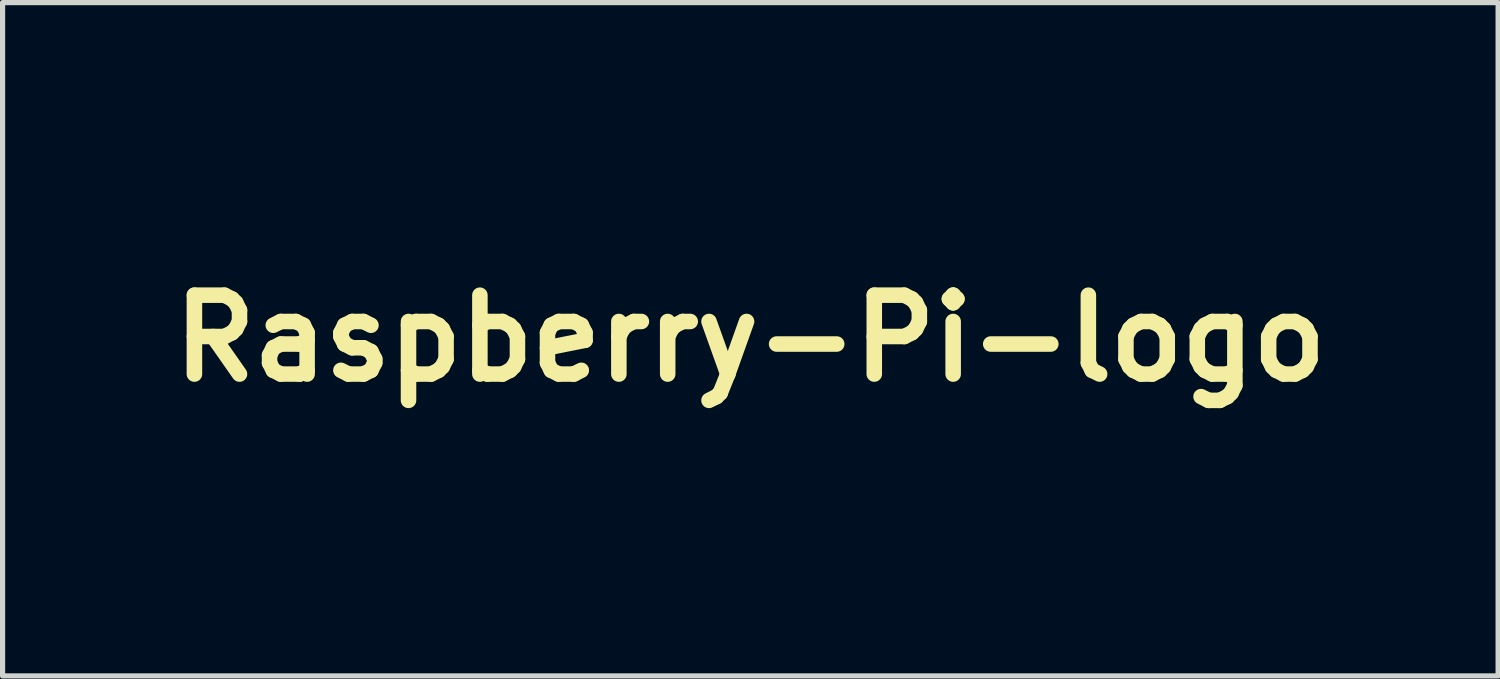
<source format=kicad_pcb>
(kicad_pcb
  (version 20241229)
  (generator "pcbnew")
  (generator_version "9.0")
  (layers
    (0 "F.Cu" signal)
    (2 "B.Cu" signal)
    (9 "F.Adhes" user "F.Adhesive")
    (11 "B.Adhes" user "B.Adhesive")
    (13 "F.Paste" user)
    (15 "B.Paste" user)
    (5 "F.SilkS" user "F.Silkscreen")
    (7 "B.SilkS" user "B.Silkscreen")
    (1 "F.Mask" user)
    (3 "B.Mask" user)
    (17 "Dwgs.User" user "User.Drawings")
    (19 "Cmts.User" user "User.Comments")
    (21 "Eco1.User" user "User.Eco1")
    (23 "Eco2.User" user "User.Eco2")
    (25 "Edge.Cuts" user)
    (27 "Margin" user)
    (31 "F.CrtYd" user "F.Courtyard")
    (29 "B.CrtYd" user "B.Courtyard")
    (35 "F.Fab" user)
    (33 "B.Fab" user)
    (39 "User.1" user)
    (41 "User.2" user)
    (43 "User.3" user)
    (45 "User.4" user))
  (footprint "Raspberry-Pi-logo"
    (layer "F.Cu")
    (at 11.447 3.488)
    (property "Reference" "Raspberry-Pi-logo" (at 0 0 0) (layer "F.SilkS") (effects (font (size 1.524 1.524) (thickness 0.3))))
    (attr board_only exclude_from_pos_files exclude_from_bom)
    (fp_poly (pts (xy 10.047 0.924) (xy 9.659 0.924) (xy 9.659 -0.447) (xy 10.047 -0.447)) (stroke (width 0) (type solid)) (fill yes) (layer "F.Mask"))
    (fp_poly (pts (xy 9.845 -1.067) (xy 10.032 -1.058) (xy 10.032 -0.79) (xy 9.845 -0.781) (xy 9.659 -0.772) (xy 9.659 -1.076)) (stroke (width 0) (type solid)) (fill yes) (layer "F.Mask"))
    (fp_poly (pts (xy 1.043 -2.445) (xy 0.537 -2.445) (xy 0.537 -2.206) (xy 0.954 -2.206) (xy 0.954 -2.027) (xy 0.537 -2.027) (xy 0.537 -1.729) (xy 0.79 -1.729) (xy 0.913 -1.728) (xy 0.988 -1.724) (xy 1.026 -1.713) (xy 1.041 -1.69) (xy 1.043 -1.655) (xy 1.043 -1.58) (xy 0.297 -1.58) (xy 0.305 -2.094) (xy 0.313 -2.609) (xy 0.678 -2.617) (xy 1.043 -2.625)) (stroke (width 0) (type solid)) (fill yes) (layer "F.Mask"))
    (fp_poly (pts (xy -0.775 -2.447) (xy -1.021 -2.438) (xy -1.267 -2.43) (xy -1.276 -2.318) (xy -1.286 -2.206) (xy -0.835 -2.206) (xy -0.835 -2.03) (xy -1.051 -2.021) (xy -1.267 -2.012) (xy -1.267 -1.744) (xy -1.021 -1.735) (xy -0.901 -1.73) (xy -0.828 -1.723) (xy -0.79 -1.709) (xy -0.777 -1.684) (xy -0.775 -1.653) (xy -0.775 -1.58) (xy -1.491 -1.58) (xy -1.491 -2.623) (xy -0.775 -2.623)) (stroke (width 0) (type solid)) (fill yes) (layer "F.Mask"))
    (fp_poly (pts (xy 4.731 -0.471) (xy 4.843 -0.462) (xy 4.833 -0.313) (xy 4.826 -0.223) (xy 4.816 -0.158) (xy 4.81 -0.142) (xy 4.774 -0.127) (xy 4.703 -0.12) (xy 4.684 -0.119) (xy 4.61 -0.117) (xy 4.556 -0.105) (xy 4.518 -0.075) (xy 4.493 -0.018) (xy 4.478 0.072) (xy 4.47 0.203) (xy 4.466 0.385) (xy 4.465 0.432) (xy 4.457 0.909) (xy 4.256 0.918) (xy 4.054 0.927) (xy 4.054 -0.447) (xy 4.248 -0.447) (xy 4.352 -0.446) (xy 4.411 -0.438) (xy 4.436 -0.42) (xy 4.442 -0.385) (xy 4.442 -0.375) (xy 4.442 -0.303) (xy 4.531 -0.392) (xy 4.604 -0.452) (xy 4.675 -0.473)) (stroke (width 0) (type solid)) (fill yes) (layer "F.Mask"))
    (fp_poly (pts (xy 5.721 -0.472) (xy 5.749 -0.445) (xy 5.754 -0.391) (xy 5.747 -0.296) (xy 5.735 -0.212) (xy 5.716 -0.15) (xy 5.678 -0.124) (xy 5.608 -0.119) (xy 5.515 -0.106) (xy 5.436 -0.075) (xy 5.432 -0.073) (xy 5.408 -0.053) (xy 5.39 -0.027) (xy 5.378 0.015) (xy 5.371 0.082) (xy 5.368 0.183) (xy 5.366 0.329) (xy 5.366 0.449) (xy 5.366 0.924) (xy 4.979 0.924) (xy 4.979 -0.447) (xy 5.156 -0.447) (xy 5.257 -0.444) (xy 5.315 -0.433) (xy 5.343 -0.407) (xy 5.352 -0.387) (xy 5.367 -0.35) (xy 5.389 -0.348) (xy 5.435 -0.381) (xy 5.46 -0.402) (xy 5.574 -0.465) (xy 5.652 -0.477)) (stroke (width 0) (type solid)) (fill yes) (layer "F.Mask"))
    (fp_poly (pts (xy -4.367 -2.621) (xy -4.255 -2.614) (xy -4.178 -2.605) (xy -4.178 -2.605) (xy -4.064 -2.556) (xy -3.976 -2.468) (xy -3.924 -2.358) (xy -3.916 -2.239) (xy -3.94 -2.159) (xy -4.021 -2.05) (xy -4.14 -1.979) (xy -4.303 -1.945) (xy -4.322 -1.944) (xy -4.502 -1.931) (xy -4.502 -1.58) (xy -4.71 -1.58) (xy -4.71 -2.117) (xy -4.502 -2.117) (xy -4.38 -2.117) (xy -4.288 -2.124) (xy -4.212 -2.143) (xy -4.202 -2.148) (xy -4.156 -2.201) (xy -4.144 -2.281) (xy -4.16 -2.366) (xy -4.213 -2.418) (xy -4.31 -2.442) (xy -4.38 -2.445) (xy -4.502 -2.445) (xy -4.502 -2.117) (xy -4.71 -2.117) (xy -4.71 -2.623) (xy -4.49 -2.623)) (stroke (width 0) (type solid)) (fill yes) (layer "F.Mask"))
    (fp_poly (pts (xy 1.575 -2.609) (xy 1.732 -2.562) (xy 1.843 -2.479) (xy 1.914 -2.358) (xy 1.948 -2.193) (xy 1.952 -2.084) (xy 1.937 -1.902) (xy 1.891 -1.765) (xy 1.809 -1.67) (xy 1.685 -1.611) (xy 1.514 -1.583) (xy 1.409 -1.58) (xy 1.163 -1.58) (xy 1.163 -1.722) (xy 1.371 -1.722) (xy 1.483 -1.742) (xy 1.581 -1.777) (xy 1.661 -1.835) (xy 1.662 -1.836) (xy 1.701 -1.891) (xy 1.721 -1.959) (xy 1.729 -2.06) (xy 1.729 -2.105) (xy 1.726 -2.217) (xy 1.712 -2.289) (xy 1.683 -2.342) (xy 1.656 -2.371) (xy 1.558 -2.433) (xy 1.477 -2.445) (xy 1.371 -2.445) (xy 1.371 -1.722) (xy 1.163 -1.722) (xy 1.163 -2.623) (xy 1.371 -2.623)) (stroke (width 0) (type solid)) (fill yes) (layer "F.Mask"))
    (fp_poly (pts (xy 3.968 -2.283) (xy 3.892 -2.138) (xy 3.84 -2.031) (xy 3.809 -1.949) (xy 3.793 -1.877) (xy 3.787 -1.803) (xy 3.786 -1.761) (xy 3.786 -1.58) (xy 3.577 -1.58) (xy 3.577 -1.749) (xy 3.574 -1.827) (xy 3.562 -1.898) (xy 3.535 -1.978) (xy 3.49 -2.078) (xy 3.421 -2.213) (xy 3.399 -2.256) (xy 3.331 -2.384) (xy 3.276 -2.492) (xy 3.237 -2.57) (xy 3.22 -2.607) (xy 3.22 -2.608) (xy 3.246 -2.618) (xy 3.312 -2.623) (xy 3.336 -2.623) (xy 3.393 -2.622) (xy 3.433 -2.609) (xy 3.467 -2.574) (xy 3.506 -2.508) (xy 3.559 -2.398) (xy 3.562 -2.392) (xy 3.672 -2.161) (xy 3.789 -2.392) (xy 3.906 -2.623) (xy 4.149 -2.623)) (stroke (width 0) (type solid)) (fill yes) (layer "F.Mask"))
    (fp_poly (pts (xy 8.444 -0.924) (xy 8.635 -0.922) (xy 8.776 -0.918) (xy 8.879 -0.911) (xy 8.955 -0.899) (xy 9.015 -0.881) (xy 9.048 -0.868) (xy 9.185 -0.781) (xy 9.297 -0.667) (xy 9.359 -0.557) (xy 9.387 -0.425) (xy 9.386 -0.272) (xy 9.359 -0.128) (xy 9.334 -0.066) (xy 9.257 0.056) (xy 9.16 0.145) (xy 9.034 0.206) (xy 8.869 0.243) (xy 8.656 0.262) (xy 8.653 0.262) (xy 8.347 0.276) (xy 8.347 0.924) (xy 7.96 0.924) (xy 7.96 -0.03) (xy 8.347 -0.03) (xy 8.542 -0.03) (xy 8.662 -0.036) (xy 8.774 -0.054) (xy 8.838 -0.072) (xy 8.935 -0.132) (xy 8.987 -0.22) (xy 9.002 -0.347) (xy 9.002 -0.348) (xy 8.986 -0.462) (xy 8.937 -0.543) (xy 8.847 -0.594) (xy 8.712 -0.62) (xy 8.573 -0.626) (xy 8.347 -0.626) (xy 8.347 -0.03) (xy 7.96 -0.03) (xy 7.96 -0.924)) (stroke (width 0) (type solid)) (fill yes) (layer "F.Mask"))
    (fp_poly (pts (xy -0.265 -2.619) (xy -0.14 -2.605) (xy -0.049 -2.579) (xy 0.022 -2.536) (xy 0.044 -2.517) (xy 0.099 -2.433) (xy 0.122 -2.327) (xy 0.112 -2.221) (xy 0.068 -2.139) (xy 0.062 -2.134) (xy 0.023 -2.093) (xy 0.028 -2.061) (xy 0.06 -2.026) (xy 0.102 -1.96) (xy 0.132 -1.87) (xy 0.134 -1.857) (xy 0.149 -1.758) (xy 0.164 -1.668) (xy 0.164 -1.662) (xy 0.168 -1.609) (xy 0.146 -1.586) (xy 0.084 -1.58) (xy 0.062 -1.58) (xy -0.018 -1.588) (xy -0.064 -1.62) (xy -0.085 -1.688) (xy -0.089 -1.789) (xy -0.112 -1.898) (xy -0.18 -1.967) (xy -0.291 -1.997) (xy -0.32 -1.997) (xy -0.417 -1.997) (xy -0.417 -1.58) (xy -0.656 -1.58) (xy -0.656 -2.296) (xy -0.417 -2.296) (xy -0.416 -2.207) (xy -0.404 -2.163) (xy -0.371 -2.148) (xy -0.32 -2.146) (xy -0.229 -2.161) (xy -0.156 -2.193) (xy -0.098 -2.258) (xy -0.092 -2.327) (xy -0.131 -2.389) (xy -0.208 -2.431) (xy -0.3 -2.445) (xy -0.417 -2.445) (xy -0.417 -2.296) (xy -0.656 -2.296) (xy -0.656 -2.623) (xy -0.436 -2.623)) (stroke (width 0) (type solid)) (fill yes) (layer "F.Mask"))
    (fp_poly (pts (xy -3.257 -2.606) (xy -3.181 -2.594) (xy -3.126 -2.568) (xy -3.084 -2.534) (xy -2.993 -2.421) (xy -2.94 -2.281) (xy -2.922 -2.101) (xy -2.922 -2.08) (xy -2.943 -1.889) (xy -3.006 -1.738) (xy -3.109 -1.629) (xy -3.216 -1.58) (xy -3.35 -1.559) (xy -3.486 -1.57) (xy -3.574 -1.6) (xy -3.69 -1.691) (xy -3.768 -1.828) (xy -3.801 -1.968) (xy -3.802 -2) (xy -3.577 -2) (xy -3.573 -1.922) (xy -3.559 -1.87) (xy -3.53 -1.829) (xy -3.507 -1.805) (xy -3.414 -1.742) (xy -3.321 -1.738) (xy -3.229 -1.794) (xy -3.229 -1.794) (xy -3.193 -1.835) (xy -3.172 -1.885) (xy -3.163 -1.961) (xy -3.16 -2.079) (xy -3.16 -2.085) (xy -3.168 -2.244) (xy -3.193 -2.351) (xy -3.239 -2.415) (xy -3.311 -2.442) (xy -3.35 -2.445) (xy -3.444 -2.436) (xy -3.506 -2.402) (xy -3.545 -2.334) (xy -3.566 -2.224) (xy -3.573 -2.121) (xy -3.577 -2) (xy -3.802 -2) (xy -3.809 -2.179) (xy -3.77 -2.355) (xy -3.685 -2.496) (xy -3.68 -2.502) (xy -3.625 -2.558) (xy -3.577 -2.59) (xy -3.515 -2.604) (xy -3.421 -2.608) (xy -3.373 -2.609)) (stroke (width 0) (type solid)) (fill yes) (layer "F.Mask"))
    (fp_poly (pts (xy 2.705 -2.623) (xy 2.901 -2.61) (xy 3.048 -2.567) (xy 3.149 -2.495) (xy 3.186 -2.443) (xy 3.213 -2.339) (xy 3.191 -2.233) (xy 3.147 -2.167) (xy 3.123 -2.132) (xy 3.138 -2.096) (xy 3.177 -2.056) (xy 3.237 -1.961) (xy 3.25 -1.849) (xy 3.216 -1.735) (xy 3.178 -1.679) (xy 3.143 -1.641) (xy 3.105 -1.617) (xy 3.053 -1.601) (xy 2.973 -1.593) (xy 2.851 -1.587) (xy 2.79 -1.585) (xy 2.474 -1.575) (xy 2.474 -1.898) (xy 2.683 -1.898) (xy 2.688 -1.814) (xy 2.7 -1.756) (xy 2.705 -1.746) (xy 2.749 -1.736) (xy 2.826 -1.741) (xy 2.911 -1.757) (xy 2.981 -1.781) (xy 3.002 -1.794) (xy 3.036 -1.85) (xy 3.041 -1.88) (xy 3.015 -1.958) (xy 2.939 -2.008) (xy 2.822 -2.027) (xy 2.815 -2.027) (xy 2.683 -2.027) (xy 2.683 -1.898) (xy 2.474 -1.898) (xy 2.474 -2.31) (xy 2.683 -2.31) (xy 2.686 -2.228) (xy 2.701 -2.189) (xy 2.739 -2.177) (xy 2.774 -2.176) (xy 2.861 -2.186) (xy 2.924 -2.207) (xy 2.969 -2.261) (xy 2.979 -2.336) (xy 2.949 -2.405) (xy 2.945 -2.409) (xy 2.894 -2.432) (xy 2.812 -2.444) (xy 2.796 -2.445) (xy 2.683 -2.445) (xy 2.683 -2.31) (xy 2.474 -2.31) (xy 2.474 -2.623)) (stroke (width 0) (type solid)) (fill yes) (layer "F.Mask"))
    (fp_poly (pts (xy 0.479 -0.471) (xy 0.649 -0.435) (xy 0.784 -0.352) (xy 0.883 -0.223) (xy 0.948 -0.047) (xy 0.978 0.178) (xy 0.979 0.195) (xy 0.973 0.432) (xy 0.931 0.623) (xy 0.851 0.772) (xy 0.733 0.881) (xy 0.684 0.91) (xy 0.562 0.947) (xy 0.419 0.951) (xy 0.283 0.925) (xy 0.216 0.895) (xy 0.119 0.836) (xy 0.119 1.461) (xy -0.268 1.461) (xy -0.268 0.237) (xy 0.119 0.237) (xy 0.12 0.382) (xy 0.124 0.479) (xy 0.133 0.54) (xy 0.15 0.577) (xy 0.176 0.603) (xy 0.186 0.609) (xy 0.285 0.649) (xy 0.402 0.652) (xy 0.461 0.637) (xy 0.526 0.581) (xy 0.571 0.475) (xy 0.594 0.323) (xy 0.596 0.244) (xy 0.592 0.118) (xy 0.574 0.029) (xy 0.54 -0.045) (xy 0.528 -0.063) (xy 0.442 -0.145) (xy 0.336 -0.177) (xy 0.226 -0.154) (xy 0.192 -0.136) (xy 0.16 -0.112) (xy 0.139 -0.082) (xy 0.127 -0.033) (xy 0.121 0.045) (xy 0.119 0.165) (xy 0.119 0.237) (xy -0.268 0.237) (xy -0.268 -0.447) (xy -0.089 -0.447) (xy 0.011 -0.445) (xy 0.065 -0.435) (xy 0.086 -0.414) (xy 0.089 -0.388) (xy 0.093 -0.355) (xy 0.113 -0.352) (xy 0.162 -0.38) (xy 0.201 -0.406) (xy 0.28 -0.452) (xy 0.356 -0.472) (xy 0.457 -0.472)) (stroke (width 0) (type solid)) (fill yes) (layer "F.Mask"))
    (fp_poly (pts (xy -4.241 -0.924) (xy -4.023 -0.921) (xy -3.855 -0.911) (xy -3.727 -0.892) (xy -3.628 -0.86) (xy -3.549 -0.814) (xy -3.48 -0.751) (xy -3.45 -0.717) (xy -3.381 -0.62) (xy -3.347 -0.519) (xy -3.341 -0.394) (xy -3.346 -0.321) (xy -3.363 -0.217) (xy -3.4 -0.143) (xy -3.47 -0.068) (xy -3.475 -0.063) (xy -3.541 0.005) (xy -3.559 0.044) (xy -3.548 0.055) (xy -3.453 0.116) (xy -3.38 0.227) (xy -3.331 0.377) (xy -3.31 0.559) (xy -3.309 0.59) (xy -3.3 0.7) (xy -3.278 0.8) (xy -3.264 0.836) (xy -3.218 0.924) (xy -3.427 0.924) (xy -3.547 0.92) (xy -3.625 0.9) (xy -3.67 0.855) (xy -3.691 0.773) (xy -3.697 0.644) (xy -3.697 0.612) (xy -3.709 0.448) (xy -3.745 0.324) (xy -3.801 0.245) (xy -3.832 0.227) (xy -3.885 0.218) (xy -3.977 0.212) (xy -4.091 0.209) (xy -4.102 0.209) (xy -4.323 0.209) (xy -4.323 0.924) (xy -4.71 0.924) (xy -4.71 -0.119) (xy -4.323 -0.119) (xy -4.09 -0.119) (xy -3.964 -0.122) (xy -3.882 -0.132) (xy -3.826 -0.153) (xy -3.792 -0.18) (xy -3.738 -0.268) (xy -3.725 -0.376) (xy -3.752 -0.484) (xy -3.8 -0.553) (xy -3.845 -0.591) (xy -3.896 -0.613) (xy -3.971 -0.623) (xy -4.087 -0.626) (xy -4.098 -0.626) (xy -4.323 -0.626) (xy -4.323 -0.119) (xy -4.71 -0.119) (xy -4.71 -0.924)) (stroke (width 0) (type solid)) (fill yes) (layer "F.Mask"))
    (fp_poly (pts (xy -1.637 -2.615) (xy -1.611 -2.583) (xy -1.61 -2.571) (xy -1.616 -2.526) (xy -1.634 -2.433) (xy -1.662 -2.305) (xy -1.696 -2.152) (xy -1.72 -2.05) (xy -1.83 -1.58) (xy -1.936 -1.58) (xy -2.042 -1.58) (xy -2.128 -1.895) (xy -2.163 -2.02) (xy -2.194 -2.119) (xy -2.216 -2.181) (xy -2.226 -2.196) (xy -2.239 -2.163) (xy -2.264 -2.086) (xy -2.296 -1.976) (xy -2.321 -1.889) (xy -2.401 -1.595) (xy -2.512 -1.586) (xy -2.584 -1.584) (xy -2.622 -1.59) (xy -2.623 -1.593) (xy -2.63 -1.626) (xy -2.647 -1.706) (xy -2.673 -1.819) (xy -2.704 -1.956) (xy -2.738 -2.102) (xy -2.772 -2.248) (xy -2.804 -2.38) (xy -2.829 -2.487) (xy -2.847 -2.557) (xy -2.851 -2.573) (xy -2.854 -2.608) (xy -2.824 -2.621) (xy -2.753 -2.618) (xy -2.638 -2.609) (xy -2.575 -2.301) (xy -2.547 -2.174) (xy -2.523 -2.069) (xy -2.505 -2.001) (xy -2.497 -1.981) (xy -2.485 -2.002) (xy -2.461 -2.07) (xy -2.429 -2.174) (xy -2.397 -2.288) (xy -2.358 -2.427) (xy -2.33 -2.519) (xy -2.305 -2.573) (xy -2.281 -2.599) (xy -2.25 -2.608) (xy -2.224 -2.609) (xy -2.186 -2.606) (xy -2.158 -2.592) (xy -2.134 -2.558) (xy -2.109 -2.491) (xy -2.077 -2.385) (xy -2.048 -2.283) (xy -2.009 -2.143) (xy -1.979 -2.055) (xy -1.956 -2.019) (xy -1.934 -2.036) (xy -1.912 -2.109) (xy -1.883 -2.238) (xy -1.861 -2.348) (xy -1.806 -2.623) (xy -1.708 -2.623)) (stroke (width 0) (type solid)) (fill yes) (layer "F.Mask"))
    (fp_poly (pts (xy 6.334 -0.046) (xy 6.377 0.097) (xy 6.415 0.216) (xy 6.446 0.301) (xy 6.465 0.341) (xy 6.469 0.343) (xy 6.484 0.311) (xy 6.512 0.233) (xy 6.549 0.12) (xy 6.591 -0.019) (xy 6.603 -0.058) (xy 6.717 -0.447) (xy 6.924 -0.447) (xy 7.039 -0.444) (xy 7.101 -0.434) (xy 7.119 -0.415) (xy 7.118 -0.41) (xy 7.105 -0.373) (xy 7.076 -0.287) (xy 7.031 -0.16) (xy 6.975 0.000252) (xy 6.91 0.187) (xy 6.838 0.393) (xy 6.827 0.427) (xy 6.741 0.671) (xy 6.671 0.864) (xy 6.614 1.015) (xy 6.567 1.13) (xy 6.527 1.217) (xy 6.49 1.281) (xy 6.455 1.33) (xy 6.439 1.349) (xy 6.373 1.419) (xy 6.316 1.456) (xy 6.243 1.474) (xy 6.154 1.48) (xy 6.053 1.482) (xy 5.975 1.479) (xy 5.943 1.474) (xy 5.919 1.435) (xy 5.919 1.407) (xy 5.942 1.297) (xy 5.961 1.232) (xy 5.982 1.202) (xy 6.012 1.193) (xy 6.025 1.192) (xy 6.134 1.165) (xy 6.217 1.085) (xy 6.248 1.028) (xy 6.26 0.994) (xy 6.267 0.958) (xy 6.265 0.914) (xy 6.252 0.853) (xy 6.228 0.768) (xy 6.189 0.65) (xy 6.134 0.493) (xy 6.061 0.288) (xy 6.052 0.262) (xy 5.985 0.074) (xy 5.925 -0.095) (xy 5.875 -0.237) (xy 5.838 -0.345) (xy 5.817 -0.41) (xy 5.813 -0.425) (xy 5.841 -0.436) (xy 5.912 -0.444) (xy 6.013 -0.447) (xy 6.016 -0.447) (xy 6.219 -0.447)) (stroke (width 0) (type solid)) (fill yes) (layer "F.Mask"))
    (fp_poly (pts (xy -0.876 -0.456) (xy -0.717 -0.396) (xy -0.6 -0.299) (xy -0.529 -0.166) (xy -0.517 -0.119) (xy -0.499 -0.03) (xy -0.697 -0.03) (xy -0.808 -0.033) (xy -0.87 -0.044) (xy -0.893 -0.065) (xy -0.894 -0.072) (xy -0.92 -0.141) (xy -0.983 -0.188) (xy -1.067 -0.208) (xy -1.153 -0.199) (xy -1.223 -0.156) (xy -1.237 -0.138) (xy -1.268 -0.062) (xy -1.248 0.000434) (xy -1.176 0.051) (xy -1.047 0.093) (xy -0.985 0.106) (xy -0.786 0.164) (xy -0.641 0.248) (xy -0.548 0.359) (xy -0.509 0.497) (xy -0.507 0.537) (xy -0.53 0.68) (xy -0.601 0.793) (xy -0.724 0.881) (xy -0.758 0.897) (xy -0.89 0.937) (xy -1.049 0.953) (xy -1.21 0.946) (xy -1.35 0.917) (xy -1.405 0.894) (xy -1.522 0.814) (xy -1.611 0.715) (xy -1.662 0.613) (xy -1.669 0.564) (xy -1.667 0.514) (xy -1.648 0.488) (xy -1.599 0.479) (xy -1.506 0.477) (xy -1.505 0.477) (xy -1.408 0.48) (xy -1.354 0.493) (xy -1.325 0.523) (xy -1.312 0.55) (xy -1.251 0.635) (xy -1.147 0.679) (xy -1.065 0.686) (xy -0.976 0.667) (xy -0.903 0.621) (xy -0.866 0.56) (xy -0.865 0.546) (xy -0.894 0.49) (xy -0.979 0.433) (xy -1.118 0.379) (xy -1.206 0.352) (xy -1.393 0.288) (xy -1.525 0.21) (xy -1.605 0.114) (xy -1.638 -0.001) (xy -1.64 -0.033) (xy -1.613 -0.187) (xy -1.537 -0.312) (xy -1.416 -0.404) (xy -1.254 -0.46) (xy -1.073 -0.477)) (stroke (width 0) (type solid)) (fill yes) (layer "F.Mask"))
    (fp_poly (pts (xy 3.442 -0.461) (xy 3.527 -0.437) (xy 3.661 -0.349) (xy 3.766 -0.216) (xy 3.838 -0.043) (xy 3.873 0.161) (xy 3.876 0.24) (xy 3.876 0.358) (xy 3.458 0.358) (xy 3.272 0.36) (xy 3.139 0.366) (xy 3.061 0.377) (xy 3.041 0.389) (xy 3.06 0.456) (xy 3.105 0.537) (xy 3.161 0.604) (xy 3.188 0.625) (xy 3.271 0.648) (xy 3.384 0.654) (xy 3.501 0.643) (xy 3.594 0.618) (xy 3.607 0.611) (xy 3.685 0.575) (xy 3.734 0.581) (xy 3.768 0.635) (xy 3.78 0.665) (xy 3.807 0.752) (xy 3.805 0.806) (xy 3.765 0.845) (xy 3.679 0.886) (xy 3.669 0.891) (xy 3.496 0.941) (xy 3.308 0.956) (xy 3.127 0.937) (xy 2.978 0.885) (xy 2.879 0.816) (xy 2.786 0.724) (xy 2.758 0.688) (xy 2.712 0.617) (xy 2.684 0.55) (xy 2.668 0.466) (xy 2.659 0.348) (xy 2.658 0.308) (xy 2.666 0.074) (xy 3.041 0.074) (xy 3.068 0.081) (xy 3.141 0.087) (xy 3.244 0.089) (xy 3.264 0.089) (xy 3.383 0.087) (xy 3.453 0.078) (xy 3.484 0.061) (xy 3.488 0.046) (xy 3.465 -0.059) (xy 3.405 -0.132) (xy 3.323 -0.172) (xy 3.233 -0.173) (xy 3.149 -0.134) (xy 3.086 -0.051) (xy 3.084 -0.045) (xy 3.056 0.026) (xy 3.041 0.07) (xy 3.041 0.074) (xy 2.666 0.074) (xy 2.666 0.07) (xy 2.714 -0.124) (xy 2.801 -0.276) (xy 2.93 -0.387) (xy 2.994 -0.42) (xy 3.131 -0.461) (xy 3.29 -0.475)) (stroke (width 0) (type solid)) (fill yes) (layer "F.Mask"))
    (fp_poly (pts (xy 1.58 -0.715) (xy 1.581 -0.577) (xy 1.584 -0.464) (xy 1.589 -0.387) (xy 1.594 -0.358) (xy 1.594 -0.358) (xy 1.626 -0.372) (xy 1.688 -0.407) (xy 1.706 -0.417) (xy 1.84 -0.467) (xy 1.993 -0.472) (xy 2.145 -0.432) (xy 2.175 -0.418) (xy 2.257 -0.362) (xy 2.324 -0.28) (xy 2.375 -0.187) (xy 2.417 -0.093) (xy 2.443 -0.009) (xy 2.455 0.087) (xy 2.459 0.215) (xy 2.46 0.253) (xy 2.457 0.395) (xy 2.446 0.498) (xy 2.424 0.582) (xy 2.387 0.667) (xy 2.385 0.671) (xy 2.292 0.814) (xy 2.178 0.904) (xy 2.033 0.948) (xy 1.936 0.954) (xy 1.823 0.948) (xy 1.746 0.927) (xy 1.679 0.883) (xy 1.675 0.879) (xy 1.604 0.824) (xy 1.566 0.809) (xy 1.552 0.834) (xy 1.55 0.865) (xy 1.543 0.899) (xy 1.512 0.917) (xy 1.444 0.924) (xy 1.386 0.924) (xy 1.222 0.924) (xy 1.222 0.243) (xy 1.58 0.243) (xy 1.582 0.377) (xy 1.588 0.466) (xy 1.603 0.525) (xy 1.628 0.568) (xy 1.645 0.587) (xy 1.731 0.64) (xy 1.842 0.657) (xy 1.951 0.634) (xy 1.968 0.626) (xy 2.022 0.567) (xy 2.06 0.464) (xy 2.081 0.334) (xy 2.083 0.191) (xy 2.062 0.049) (xy 2.056 0.023) (xy 2.001 -0.087) (xy 1.918 -0.156) (xy 1.819 -0.179) (xy 1.717 -0.153) (xy 1.653 -0.106) (xy 1.618 -0.066) (xy 1.597 -0.022) (xy 1.585 0.042) (xy 1.581 0.139) (xy 1.58 0.243) (xy 1.222 0.243) (xy 1.222 -1.073) (xy 1.58 -1.073)) (stroke (width 0) (type solid)) (fill yes) (layer "F.Mask"))
    (fp_poly (pts (xy -2.258 -0.455) (xy -2.112 -0.397) (xy -1.989 -0.301) (xy -1.954 -0.259) (xy -1.932 -0.222) (xy -1.915 -0.177) (xy -1.902 -0.114) (xy -1.893 -0.023) (xy -1.886 0.105) (xy -1.88 0.281) (xy -1.878 0.338) (xy -1.872 0.508) (xy -1.864 0.659) (xy -1.855 0.78) (xy -1.846 0.86) (xy -1.839 0.887) (xy -1.84 0.908) (xy -1.881 0.919) (xy -1.971 0.924) (xy -2.011 0.924) (xy -2.118 0.922) (xy -2.18 0.914) (xy -2.214 0.892) (xy -2.234 0.854) (xy -2.237 0.847) (xy -2.266 0.77) (xy -2.371 0.862) (xy -2.443 0.917) (xy -2.511 0.944) (xy -2.602 0.953) (xy -2.647 0.954) (xy -2.799 0.94) (xy -2.914 0.895) (xy -2.916 0.894) (xy -3.014 0.801) (xy -3.074 0.677) (xy -3.089 0.568) (xy -2.704 0.568) (xy -2.651 0.637) (xy -2.646 0.64) (xy -2.551 0.672) (xy -2.441 0.649) (xy -2.355 0.599) (xy -2.292 0.522) (xy -2.271 0.437) (xy -2.262 0.328) (xy -2.414 0.328) (xy -2.519 0.335) (xy -2.59 0.361) (xy -2.64 0.401) (xy -2.701 0.488) (xy -2.704 0.568) (xy -3.089 0.568) (xy -3.093 0.536) (xy -3.068 0.395) (xy -3.026 0.309) (xy -2.933 0.219) (xy -2.792 0.157) (xy -2.611 0.124) (xy -2.511 0.12) (xy -2.389 0.116) (xy -2.317 0.105) (xy -2.282 0.084) (xy -2.276 0.074) (xy -2.271 -0.014) (xy -2.309 -0.104) (xy -2.373 -0.169) (xy -2.466 -0.199) (xy -2.557 -0.181) (xy -2.626 -0.119) (xy -2.638 -0.096) (xy -2.661 -0.06) (xy -2.7 -0.04) (xy -2.77 -0.031) (xy -2.857 -0.03) (xy -3.047 -0.03) (xy -3.028 -0.112) (xy -2.968 -0.244) (xy -2.866 -0.348) (xy -2.733 -0.423) (xy -2.58 -0.467) (xy -2.418 -0.478)) (stroke (width 0) (type solid)) (fill yes) (layer "F.Mask"))
    (fp_poly (pts (xy 0.992 -3.488) (xy 1.953 -3.488) (xy 2.857 -3.488) (xy 3.705 -3.487) (xy 4.498 -3.487) (xy 5.239 -3.486) (xy 5.928 -3.485) (xy 6.566 -3.485) (xy 7.155 -3.484) (xy 7.696 -3.483) (xy 8.191 -3.481) (xy 8.64 -3.48) (xy 9.046 -3.479) (xy 9.408 -3.477) (xy 9.73 -3.475) (xy 10.011 -3.473) (xy 10.254 -3.471) (xy 10.459 -3.469) (xy 10.628 -3.466) (xy 10.762 -3.464) (xy 10.863 -3.461) (xy 10.931 -3.458) (xy 10.969 -3.455) (xy 10.975 -3.453) (xy 11.108 -3.39) (xy 11.239 -3.288) (xy 11.346 -3.166) (xy 11.392 -3.087) (xy 11.401 -3.065) (xy 11.409 -3.039) (xy 11.416 -3.004) (xy 11.422 -2.958) (xy 11.427 -2.896) (xy 11.431 -2.816) (xy 11.435 -2.713) (xy 11.438 -2.584) (xy 11.441 -2.426) (xy 11.443 -2.234) (xy 11.444 -2.006) (xy 11.445 -1.737) (xy 11.446 -1.424) (xy 11.446 -1.064) (xy 11.447 -0.653) (xy 11.447 -0.187) (xy 11.447 0) (xy 11.447 2.966) (xy 11.376 3.119) (xy 11.269 3.282) (xy 11.12 3.404) (xy 10.953 3.476) (xy 10.91 3.48) (xy 10.81 3.483) (xy 10.656 3.487) (xy 10.45 3.49) (xy 10.195 3.493) (xy 9.893 3.496) (xy 9.547 3.499) (xy 9.159 3.502) (xy 8.733 3.504) (xy 8.269 3.507) (xy 7.772 3.509) (xy 7.244 3.511) (xy 6.687 3.512) (xy 6.104 3.514) (xy 5.497 3.516) (xy 4.869 3.517) (xy 4.223 3.518) (xy 3.561 3.519) (xy 2.886 3.52) (xy 2.2 3.52) (xy 1.506 3.521) (xy 0.806 3.521) (xy 0.104 3.521) (xy -0.6 3.521) (xy -1.3 3.52) (xy -1.996 3.52) (xy -2.685 3.519) (xy -3.364 3.519) (xy -4.031 3.518) (xy -4.682 3.516) (xy -5.316 3.515) (xy -5.929 3.514) (xy -6.52 3.512) (xy -7.085 3.51) (xy -7.623 3.508) (xy -8.13 3.506) (xy -8.604 3.504) (xy -9.042 3.501) (xy -9.442 3.499) (xy -9.802 3.496) (xy -10.118 3.493) (xy -10.388 3.49) (xy -10.609 3.486) (xy -10.78 3.483) (xy -10.897 3.479) (xy -10.957 3.475) (xy -10.964 3.474) (xy -11.146 3.388) (xy -11.289 3.258) (xy -11.376 3.119) (xy -11.445 2.971) (xy -11.24 2.971) (xy -11.172 3.073) (xy -11.103 3.15) (xy -11.008 3.221) (xy -10.972 3.242) (xy -10.839 3.309) (xy -5.873 3.309) (xy -5.664 3.309) (xy 10.839 3.309) (xy 10.972 3.242) (xy 11.067 3.18) (xy 11.15 3.102) (xy 11.172 3.074) (xy 11.239 2.972) (xy 11.239 0.022) (xy 11.239 -0.462) (xy 11.239 -0.891) (xy 11.239 -1.267) (xy 11.238 -1.594) (xy 11.238 -1.876) (xy 11.237 -2.116) (xy 11.235 -2.318) (xy 11.233 -2.486) (xy 11.23 -2.623) (xy 11.227 -2.732) (xy 11.223 -2.818) (xy 11.218 -2.884) (xy 11.212 -2.933) (xy 11.205 -2.969) (xy 11.198 -2.996) (xy 11.189 -3.017) (xy 11.179 -3.036) (xy 11.176 -3.041) (xy 11.106 -3.13) (xy 11.017 -3.206) (xy 11.001 -3.216) (xy 10.888 -3.279) (xy -5.664 -3.279) (xy -5.664 3.309) (xy -5.873 3.309) (xy -5.873 -3.28) (xy -8.414 -3.272) (xy -8.863 -3.271) (xy -9.255 -3.27) (xy -9.595 -3.268) (xy -9.887 -3.267) (xy -10.135 -3.265) (xy -10.343 -3.263) (xy -10.514 -3.26) (xy -10.652 -3.257) (xy -10.761 -3.253) (xy -10.846 -3.248) (xy -10.909 -3.243) (xy -10.954 -3.237) (xy -10.986 -3.23) (xy -11.009 -3.221) (xy -11.025 -3.212) (xy -11.032 -3.207) (xy -11.109 -3.137) (xy -11.166 -3.072) (xy -11.176 -3.058) (xy -11.184 -3.041) (xy -11.192 -3.016) (xy -11.198 -2.98) (xy -11.204 -2.93) (xy -11.209 -2.862) (xy -11.213 -2.773) (xy -11.216 -2.659) (xy -11.219 -2.517) (xy -11.222 -2.342) (xy -11.224 -2.132) (xy -11.226 -1.883) (xy -11.227 -1.592) (xy -11.229 -1.254) (xy -11.23 -0.867) (xy -11.231 -0.427) (xy -11.232 -0.012) (xy -11.24 2.971) (xy -11.445 2.971) (xy -11.447 2.966) (xy -11.447 0) (xy -11.447 -0.487) (xy -11.447 -0.918) (xy -11.446 -1.297) (xy -11.446 -1.626) (xy -11.445 -1.911) (xy -11.443 -2.153) (xy -11.442 -2.358) (xy -11.439 -2.528) (xy -11.436 -2.667) (xy -11.433 -2.779) (xy -11.429 -2.867) (xy -11.424 -2.935) (xy -11.418 -2.986) (xy -11.411 -3.025) (xy -11.404 -3.054) (xy -11.395 -3.077) (xy -11.391 -3.086) (xy -11.296 -3.232) (xy -11.165 -3.358) (xy -11.024 -3.442) (xy -11.01 -3.446) (xy -10.987 -3.45) (xy -10.954 -3.453) (xy -10.908 -3.457) (xy -10.847 -3.46) (xy -10.771 -3.463) (xy -10.677 -3.466) (xy -10.563 -3.468) (xy -10.428 -3.47) (xy -10.27 -3.473) (xy -10.087 -3.475) (xy -9.877 -3.476) (xy -9.639 -3.478) (xy -9.37 -3.479) (xy -9.07 -3.481) (xy -8.735 -3.482) (xy -8.365 -3.483) (xy -7.958 -3.484) (xy -7.511 -3.485) (xy -7.024 -3.485) (xy -6.493 -3.486) (xy -5.918 -3.487) (xy -5.297 -3.487) (xy -4.628 -3.487) (xy -3.909 -3.488) (xy -3.138 -3.488) (xy -2.314 -3.488) (xy -1.435 -3.488) (xy -0.498 -3.488) (xy -0.027 -3.488)) (stroke (width 0) (type solid)) (fill yes) (layer "F.Mask"))
    (fp_poly (pts (xy 9.41 1.583) (xy 9.517 1.593) (xy 9.583 1.614) (xy 9.618 1.65) (xy 9.629 1.704) (xy 9.629 1.72) (xy 9.634 1.757) (xy 9.655 1.778) (xy 9.708 1.787) (xy 9.805 1.789) (xy 9.822 1.789) (xy 9.931 1.792) (xy 9.995 1.803) (xy 10.032 1.827) (xy 10.048 1.85) (xy 10.065 1.916) (xy 10.032 1.963) (xy 9.947 1.991) (xy 9.828 2.004) (xy 9.644 2.012) (xy 9.644 2.4) (xy 9.835 2.415) (xy 9.96 2.431) (xy 10.034 2.457) (xy 10.057 2.479) (xy 10.072 2.542) (xy 10.031 2.589) (xy 9.935 2.619) (xy 9.828 2.63) (xy 9.725 2.637) (xy 9.667 2.651) (xy 9.64 2.676) (xy 9.634 2.698) (xy 9.618 2.755) (xy 9.588 2.794) (xy 9.534 2.817) (xy 9.444 2.828) (xy 9.309 2.832) (xy 9.255 2.832) (xy 9.105 2.83) (xy 9.003 2.823) (xy 8.939 2.809) (xy 8.902 2.786) (xy 8.901 2.785) (xy 8.871 2.728) (xy 8.856 2.626) (xy 8.854 2.547) (xy 8.854 2.355) (xy 8.757 2.356) (xy 8.628 2.381) (xy 8.469 2.454) (xy 8.284 2.573) (xy 8.277 2.578) (xy 8.066 2.696) (xy 7.838 2.758) (xy 7.612 2.763) (xy 7.501 2.748) (xy 7.404 2.723) (xy 7.305 2.682) (xy 7.191 2.617) (xy 7.047 2.523) (xy 7.03 2.512) (xy 6.901 2.432) (xy 6.794 2.385) (xy 6.691 2.363) (xy 6.681 2.362) (xy 6.549 2.356) (xy 6.435 2.371) (xy 6.322 2.41) (xy 6.192 2.48) (xy 6.089 2.546) (xy 5.865 2.674) (xy 5.655 2.75) (xy 5.452 2.773) (xy 5.247 2.743) (xy 5.033 2.659) (xy 4.803 2.522) (xy 4.765 2.496) (xy 4.64 2.418) (xy 4.529 2.376) (xy 4.446 2.362) (xy 4.311 2.357) (xy 4.193 2.372) (xy 4.076 2.413) (xy 3.942 2.487) (xy 3.849 2.547) (xy 3.652 2.664) (xy 3.473 2.735) (xy 3.3 2.766) (xy 3.13 2.762) (xy 3.015 2.747) (xy 2.919 2.722) (xy 2.823 2.681) (xy 2.713 2.617) (xy 2.573 2.524) (xy 2.447 2.442) (xy 2.346 2.393) (xy 2.254 2.368) (xy 2.21 2.362) (xy 2.074 2.357) (xy 1.957 2.372) (xy 1.84 2.414) (xy 1.706 2.487) (xy 1.613 2.547) (xy 1.416 2.664) (xy 1.238 2.735) (xy 1.064 2.766) (xy 0.894 2.762) (xy 0.78 2.747) (xy 0.684 2.722) (xy 0.59 2.682) (xy 0.481 2.619) (xy 0.342 2.527) (xy 0.333 2.521) (xy 0.224 2.448) (xy 0.142 2.403) (xy 0.069 2.378) (xy -0.017 2.366) (xy -0.099 2.361) (xy -0.215 2.358) (xy -0.297 2.366) (xy -0.367 2.391) (xy -0.451 2.439) (xy -0.477 2.456) (xy -0.588 2.526) (xy -0.7 2.597) (xy -0.764 2.637) (xy -0.963 2.727) (xy -1.186 2.765) (xy -1.421 2.751) (xy -1.529 2.727) (xy -1.626 2.692) (xy -1.729 2.638) (xy -1.859 2.555) (xy -1.875 2.543) (xy -2.13 2.37) (xy -2.609 2.37) (xy -2.866 2.544) (xy -3.001 2.631) (xy -3.108 2.688) (xy -3.205 2.725) (xy -3.311 2.749) (xy -3.321 2.751) (xy -3.558 2.765) (xy -3.78 2.726) (xy -3.976 2.637) (xy -4.072 2.577) (xy -4.187 2.505) (xy -4.262 2.458) (xy -4.39 2.39) (xy -4.499 2.357) (xy -4.525 2.355) (xy -4.646 2.339) (xy -4.717 2.29) (xy -4.74 2.211) (xy -4.723 2.122) (xy -4.665 2.073) (xy -4.562 2.057) (xy -4.56 2.057) (xy -4.386 2.08) (xy -4.2 2.149) (xy -3.996 2.268) (xy -3.959 2.293) (xy -3.771 2.405) (xy -3.598 2.465) (xy -3.429 2.473) (xy -3.256 2.427) (xy -3.07 2.328) (xy -2.988 2.273) (xy -2.787 2.152) (xy -2.591 2.081) (xy -2.386 2.057) (xy -2.37 2.057) (xy -2.164 2.078) (xy -1.968 2.145) (xy -1.768 2.262) (xy -1.752 2.273) (xy -1.589 2.378) (xy -1.446 2.441) (xy -1.307 2.469) (xy -1.174 2.468) (xy -1.087 2.456) (xy -1.007 2.43) (xy -0.917 2.385) (xy -0.801 2.311) (xy -0.767 2.288) (xy -0.647 2.211) (xy -0.531 2.146) (xy -0.436 2.101) (xy -0.402 2.089) (xy -0.185 2.058) (xy 0.038 2.074) (xy 0.249 2.135) (xy 0.432 2.236) (xy 0.432 2.236) (xy 0.624 2.362) (xy 0.798 2.439) (xy 0.964 2.469) (xy 1.047 2.468) (xy 1.142 2.457) (xy 1.222 2.435) (xy 1.305 2.394) (xy 1.412 2.325) (xy 1.443 2.304) (xy 1.634 2.184) (xy 1.805 2.106) (xy 1.97 2.067) (xy 2.11 2.058) (xy 2.308 2.08) (xy 2.505 2.145) (xy 2.712 2.258) (xy 2.78 2.303) (xy 2.968 2.413) (xy 3.142 2.47) (xy 3.31 2.472) (xy 3.482 2.42) (xy 3.662 2.317) (xy 3.815 2.218) (xy 3.935 2.149) (xy 4.037 2.104) (xy 4.136 2.078) (xy 4.247 2.065) (xy 4.251 2.064) (xy 4.478 2.068) (xy 4.688 2.121) (xy 4.896 2.227) (xy 4.944 2.259) (xy 5.095 2.357) (xy 5.216 2.422) (xy 5.322 2.458) (xy 5.426 2.473) (xy 5.471 2.474) (xy 5.573 2.467) (xy 5.671 2.442) (xy 5.779 2.394) (xy 5.91 2.315) (xy 6 2.256) (xy 6.161 2.157) (xy 6.302 2.095) (xy 6.443 2.064) (xy 6.576 2.057) (xy 6.814 2.086) (xy 7.044 2.174) (xy 7.194 2.267) (xy 7.351 2.37) (xy 7.485 2.435) (xy 7.609 2.468) (xy 7.706 2.474) (xy 7.813 2.467) (xy 7.915 2.44) (xy 8.027 2.388) (xy 8.163 2.306) (xy 8.236 2.257) (xy 8.414 2.148) (xy 8.571 2.084) (xy 8.721 2.058) (xy 8.757 2.057) (xy 8.854 2.057) (xy 8.854 1.885) (xy 8.859 1.762) (xy 8.878 1.677) (xy 8.922 1.623) (xy 8.999 1.594) (xy 9.118 1.582) (xy 9.252 1.58)) (stroke (width 0) (type solid)) (fill yes) (layer "F.Mask"))
    (fp_poly (pts (xy -9.352 -2.56) (xy -9.345 -2.558) (xy -9.236 -2.538) (xy -9.133 -2.52) (xy -9.101 -2.514) (xy -9.023 -2.491) (xy -8.971 -2.456) (xy -8.971 -2.456) (xy -8.913 -2.42) (xy -8.883 -2.415) (xy -8.829 -2.391) (xy -8.758 -2.329) (xy -8.683 -2.242) (xy -8.616 -2.144) (xy -8.598 -2.111) (xy -8.549 -2.017) (xy -8.512 -2.106) (xy -8.463 -2.194) (xy -8.395 -2.284) (xy -8.322 -2.359) (xy -8.258 -2.406) (xy -8.229 -2.415) (xy -8.165 -2.436) (xy -8.141 -2.456) (xy -8.089 -2.491) (xy -8.011 -2.514) (xy -8.011 -2.514) (xy -7.922 -2.53) (xy -7.811 -2.55) (xy -7.767 -2.558) (xy -7.67 -2.568) (xy -7.548 -2.568) (xy -7.418 -2.56) (xy -7.296 -2.546) (xy -7.199 -2.527) (xy -7.144 -2.504) (xy -7.142 -2.503) (xy -7.089 -2.478) (xy -7.058 -2.474) (xy -6.977 -2.463) (xy -6.88 -2.435) (xy -6.788 -2.397) (xy -6.719 -2.357) (xy -6.694 -2.329) (xy -6.684 -2.251) (xy -6.687 -2.137) (xy -6.7 -2.006) (xy -6.722 -1.879) (xy -6.746 -1.789) (xy -6.817 -1.617) (xy -6.905 -1.47) (xy -7.022 -1.33) (xy -7.18 -1.183) (xy -7.204 -1.163) (xy -7.292 -1.088) (xy -7.16 -0.97) (xy -7.038 -0.833) (xy -6.946 -0.673) (xy -6.895 -0.508) (xy -6.887 -0.423) (xy -6.879 -0.334) (xy -6.847 -0.264) (xy -6.779 -0.185) (xy -6.778 -0.185) (xy -6.637 -0.02) (xy -6.545 0.139) (xy -6.499 0.28) (xy -6.481 0.48) (xy -6.52 0.673) (xy -6.6 0.842) (xy -6.651 0.943) (xy -6.708 1.078) (xy -6.761 1.224) (xy -6.779 1.282) (xy -6.819 1.412) (xy -6.859 1.528) (xy -6.89 1.613) (xy -6.902 1.64) (xy -6.965 1.736) (xy -7.056 1.832) (xy -7.18 1.934) (xy -7.345 2.045) (xy -7.555 2.171) (xy -7.722 2.264) (xy -7.846 2.334) (xy -7.973 2.41) (xy -8.064 2.467) (xy -8.166 2.527) (xy -8.266 2.576) (xy -8.317 2.594) (xy -8.468 2.618) (xy -8.637 2.618) (xy -8.792 2.593) (xy -8.833 2.58) (xy -8.93 2.537) (xy -9.035 2.477) (xy -9.068 2.455) (xy -9.158 2.394) (xy -9.242 2.341) (xy -9.268 2.326) (xy -9.513 2.188) (xy -9.6 2.136) (xy -9.116 2.136) (xy -9.092 2.186) (xy -9.047 2.239) (xy -8.897 2.357) (xy -8.722 2.426) (xy -8.534 2.445) (xy -8.342 2.411) (xy -8.227 2.363) (xy -8.101 2.284) (xy -8.013 2.203) (xy -7.971 2.127) (xy -7.978 2.063) (xy -8.049 2) (xy -8.164 1.954) (xy -8.31 1.926) (xy -8.474 1.915) (xy -8.643 1.922) (xy -8.805 1.945) (xy -8.945 1.984) (xy -9.053 2.04) (xy -9.104 2.093) (xy -9.116 2.136) (xy -9.6 2.136) (xy -9.711 2.07) (xy -9.869 1.968) (xy -9.992 1.875) (xy -10.087 1.786) (xy -10.16 1.695) (xy -10.218 1.595) (xy -10.265 1.481) (xy -10.309 1.348) (xy -10.314 1.333) (xy -10.357 1.199) (xy -10.381 1.128) (xy -10.109 1.128) (xy -10.108 1.268) (xy -10.077 1.419) (xy -10.026 1.546) (xy -9.914 1.71) (xy -9.775 1.827) (xy -9.614 1.894) (xy -9.494 1.908) (xy -9.367 1.897) (xy -9.291 1.864) (xy -9.289 1.861) (xy -9.252 1.786) (xy -9.25 1.748) (xy -7.897 1.748) (xy -7.889 1.799) (xy -7.841 1.88) (xy -7.751 1.925) (xy -7.625 1.932) (xy -7.479 1.903) (xy -7.313 1.824) (xy -7.174 1.7) (xy -7.068 1.543) (xy -7.007 1.366) (xy -6.994 1.252) (xy -7.007 1.076) (xy -7.051 0.951) (xy -7.123 0.878) (xy -7.222 0.857) (xy -7.346 0.89) (xy -7.493 0.976) (xy -7.542 1.013) (xy -7.661 1.132) (xy -7.763 1.28) (xy -7.841 1.442) (xy -7.888 1.603) (xy -7.897 1.748) (xy -9.25 1.748) (xy -9.245 1.672) (xy -9.266 1.532) (xy -9.291 1.445) (xy -9.354 1.315) (xy -9.445 1.196) (xy -9.499 1.146) (xy -9.141 1.146) (xy -9.14 1.227) (xy -9.124 1.286) (xy -9.11 1.347) (xy -9.053 1.476) (xy -8.951 1.583) (xy -8.816 1.664) (xy -8.66 1.714) (xy -8.496 1.726) (xy -8.334 1.698) (xy -8.295 1.683) (xy -8.137 1.59) (xy -8.025 1.466) (xy -7.961 1.322) (xy -7.948 1.167) (xy -7.987 1.01) (xy -8.079 0.861) (xy -8.119 0.817) (xy -8.266 0.71) (xy -8.431 0.652) (xy -8.605 0.645) (xy -8.773 0.687) (xy -8.925 0.778) (xy -8.978 0.829) (xy -9.052 0.928) (xy -9.109 1.04) (xy -9.141 1.146) (xy -9.499 1.146) (xy -9.554 1.094) (xy -9.673 1.013) (xy -9.794 0.958) (xy -9.906 0.935) (xy -10 0.948) (xy -10.069 1.002) (xy -10.079 1.017) (xy -10.109 1.128) (xy -10.381 1.128) (xy -10.399 1.079) (xy -10.434 0.989) (xy -10.452 0.954) (xy -10.537 0.801) (xy -10.587 0.67) (xy -10.608 0.539) (xy -10.608 0.476) (xy -10.42 0.476) (xy -10.383 0.658) (xy -10.352 0.73) (xy -10.289 0.839) (xy -10.233 0.89) (xy -10.179 0.886) (xy -10.124 0.828) (xy -10.12 0.822) (xy -10.072 0.722) (xy -10.033 0.59) (xy -10.005 0.44) (xy -9.988 0.286) (xy -9.988 0.281) (xy -9.792 0.281) (xy -9.761 0.431) (xy -9.691 0.56) (xy -9.589 0.66) (xy -9.461 0.724) (xy -9.311 0.745) (xy -9.148 0.717) (xy -9.078 0.689) (xy -8.924 0.593) (xy -8.804 0.467) (xy -8.72 0.322) (xy -8.674 0.166) (xy -8.668 0.045) (xy -8.417 0.045) (xy -8.39 0.221) (xy -8.318 0.379) (xy -8.211 0.514) (xy -8.078 0.619) (xy -7.927 0.688) (xy -7.768 0.713) (xy -7.609 0.689) (xy -7.552 0.666) (xy -7.427 0.575) (xy -7.34 0.444) (xy -7.298 0.282) (xy -7.294 0.215) (xy -7.297 0.192) (xy -7.125 0.192) (xy -7.115 0.361) (xy -7.09 0.521) (xy -7.052 0.66) (xy -7.005 0.769) (xy -6.952 0.839) (xy -6.896 0.859) (xy -6.893 0.859) (xy -6.846 0.829) (xy -6.79 0.768) (xy -6.778 0.752) (xy -6.706 0.593) (xy -6.683 0.418) (xy -6.711 0.241) (xy -6.788 0.078) (xy -6.801 0.06) (xy -6.897 -0.053) (xy -6.978 -0.109) (xy -7.043 -0.107) (xy -7.09 -0.05) (xy -7.118 0.063) (xy -7.125 0.192) (xy -7.297 0.192) (xy -7.319 0.025) (xy -7.397 -0.143) (xy -7.529 -0.297) (xy -7.539 -0.306) (xy -7.689 -0.41) (xy -7.846 -0.463) (xy -7.999 -0.468) (xy -8.14 -0.428) (xy -8.261 -0.347) (xy -8.353 -0.229) (xy -8.407 -0.077) (xy -8.417 0.045) (xy -8.668 0.045) (xy -8.666 0.01) (xy -8.699 -0.137) (xy -8.774 -0.266) (xy -8.892 -0.367) (xy -8.913 -0.379) (xy -9.013 -0.421) (xy -9.112 -0.445) (xy -9.143 -0.447) (xy -9.3 -0.42) (xy -9.455 -0.344) (xy -9.594 -0.23) (xy -9.702 -0.088) (xy -9.717 -0.06) (xy -9.78 0.115) (xy -9.792 0.281) (xy -9.988 0.281) (xy -9.985 0.142) (xy -9.996 0.023) (xy -10.023 -0.058) (xy -10.034 -0.072) (xy -10.067 -0.104) (xy -10.095 -0.113) (xy -10.131 -0.094) (xy -10.191 -0.043) (xy -10.226 -0.011) (xy -10.339 0.129) (xy -10.405 0.296) (xy -10.42 0.476) (xy -10.608 0.476) (xy -10.608 0.406) (xy -10.584 0.218) (xy -10.529 0.065) (xy -10.436 -0.072) (xy -10.357 -0.155) (xy -10.279 -0.238) (xy -10.238 -0.305) (xy -10.227 -0.365) (xy -10.017 -0.365) (xy -10.005 -0.316) (xy -9.968 -0.302) (xy -9.898 -0.326) (xy -9.792 -0.389) (xy -9.74 -0.423) (xy -9.626 -0.507) (xy -9.508 -0.604) (xy -9.395 -0.706) (xy -9.325 -0.776) (xy -9.087 -0.776) (xy -9.062 -0.722) (xy -9.009 -0.66) (xy -8.925 -0.597) (xy -8.885 -0.574) (xy -8.742 -0.526) (xy -8.569 -0.506) (xy -8.389 -0.512) (xy -8.228 -0.546) (xy -8.176 -0.566) (xy -8.063 -0.635) (xy -8.009 -0.715) (xy -8.011 -0.808) (xy -8.039 -0.869) (xy -8.112 -0.952) (xy -7.912 -0.952) (xy -7.897 -0.917) (xy -7.842 -0.843) (xy -7.754 -0.749) (xy -7.642 -0.645) (xy -7.517 -0.54) (xy -7.39 -0.441) (xy -7.27 -0.357) (xy -7.169 -0.297) (xy -7.098 -0.269) (xy -7.088 -0.268) (xy -7.072 -0.294) (xy -7.066 -0.35) (xy -7.091 -0.528) (xy -7.17 -0.688) (xy -7.274 -0.81) (xy -7.373 -0.896) (xy -7.463 -0.948) (xy -7.571 -0.98) (xy -7.585 -0.983) (xy -7.695 -1) (xy -7.796 -1.003) (xy -7.841 -0.999) (xy -7.9 -0.98) (xy -7.912 -0.952) (xy -8.112 -0.952) (xy -8.135 -0.978) (xy -8.268 -1.054) (xy -8.424 -1.096) (xy -8.59 -1.103) (xy -8.753 -1.076) (xy -8.902 -1.013) (xy -9.021 -0.916) (xy -9.046 -0.886) (xy -9.085 -0.824) (xy -9.087 -0.776) (xy -9.325 -0.776) (xy -9.298 -0.803) (xy -9.225 -0.887) (xy -9.186 -0.947) (xy -9.182 -0.963) (xy -9.193 -0.993) (xy -9.234 -1.009) (xy -9.319 -1.013) (xy -9.339 -1.013) (xy -9.532 -0.986) (xy -9.703 -0.912) (xy -9.845 -0.796) (xy -9.949 -0.648) (xy -10.007 -0.474) (xy -10.017 -0.365) (xy -10.227 -0.365) (xy -10.226 -0.375) (xy -10.225 -0.387) (xy -10.197 -0.594) (xy -10.113 -0.781) (xy -9.974 -0.945) (xy -9.902 -1.005) (xy -9.838 -1.058) (xy -9.804 -1.094) (xy -9.806 -1.103) (xy -9.85 -1.122) (xy -9.891 -1.155) (xy -9.955 -1.21) (xy -10.025 -1.26) (xy -10.081 -1.306) (xy -10.106 -1.344) (xy -10.106 -1.345) (xy -10.128 -1.385) (xy -10.179 -1.435) (xy -10.181 -1.436) (xy -10.234 -1.493) (xy -10.255 -1.546) (xy -10.274 -1.611) (xy -10.29 -1.633) (xy -10.332 -1.702) (xy -10.37 -1.813) (xy -10.402 -1.948) (xy -10.421 -2.072) (xy -10.281 -2.072) (xy -10.273 -2.035) (xy -10.219 -1.984) (xy -10.218 -1.983) (xy -10.175 -1.946) (xy -10.179 -1.92) (xy -10.195 -1.909) (xy -10.218 -1.883) (xy -10.204 -1.847) (xy -10.167 -1.805) (xy -10.126 -1.752) (xy -10.132 -1.73) (xy -10.137 -1.729) (xy -10.146 -1.711) (xy -10.113 -1.663) (xy -10.095 -1.643) (xy -10.045 -1.582) (xy -10.042 -1.549) (xy -10.052 -1.543) (xy -10.057 -1.523) (xy -10.012 -1.489) (xy -9.994 -1.479) (xy -9.935 -1.439) (xy -9.913 -1.404) (xy -9.914 -1.398) (xy -9.903 -1.369) (xy -9.85 -1.337) (xy -9.841 -1.333) (xy -9.778 -1.299) (xy -9.749 -1.263) (xy -9.749 -1.26) (xy -9.722 -1.232) (xy -9.658 -1.222) (xy -9.581 -1.207) (xy -9.549 -1.174) (xy -9.527 -1.146) (xy -9.479 -1.138) (xy -9.39 -1.145) (xy -9.382 -1.146) (xy -9.275 -1.167) (xy -9.179 -1.196) (xy -9.149 -1.209) (xy -9.052 -1.274) (xy -8.979 -1.35) (xy -8.945 -1.422) (xy -8.944 -1.434) (xy -8.969 -1.489) (xy -9.04 -1.565) (xy -9.151 -1.657) (xy -9.293 -1.759) (xy -9.46 -1.866) (xy -9.488 -1.883) (xy -9.597 -1.948) (xy -9.683 -2.001) (xy -9.737 -2.036) (xy -9.749 -2.046) (xy -9.724 -2.048) (xy -9.659 -2.025) (xy -9.563 -1.983) (xy -9.448 -1.928) (xy -9.323 -1.864) (xy -9.199 -1.797) (xy -9.088 -1.731) (xy -9.023 -1.69) (xy -8.82 -1.552) (xy -8.747 -1.624) (xy -8.689 -1.723) (xy -8.678 -1.834) (xy -8.427 -1.834) (xy -8.41 -1.718) (xy -8.385 -1.673) (xy -8.331 -1.614) (xy -8.277 -1.592) (xy -8.209 -1.608) (xy -8.114 -1.662) (xy -8.077 -1.687) (xy -7.995 -1.738) (xy -7.885 -1.8) (xy -7.76 -1.867) (xy -7.632 -1.932) (xy -7.514 -1.99) (xy -7.418 -2.033) (xy -7.356 -2.055) (xy -7.346 -2.057) (xy -7.358 -2.043) (xy -7.413 -2.005) (xy -7.5 -1.949) (xy -7.58 -1.901) (xy -7.747 -1.796) (xy -7.896 -1.695) (xy -8.02 -1.602) (xy -8.11 -1.524) (xy -8.161 -1.466) (xy -8.169 -1.445) (xy -8.145 -1.388) (xy -8.083 -1.318) (xy -8 -1.248) (xy -7.91 -1.193) (xy -7.851 -1.169) (xy -7.731 -1.144) (xy -7.634 -1.136) (xy -7.569 -1.145) (xy -7.55 -1.17) (xy -7.528 -1.199) (xy -7.457 -1.216) (xy -7.447 -1.217) (xy -7.372 -1.23) (xy -7.35 -1.257) (xy -7.352 -1.266) (xy -7.339 -1.302) (xy -7.274 -1.327) (xy -7.208 -1.352) (xy -7.195 -1.386) (xy -7.181 -1.424) (xy -7.125 -1.469) (xy -7.109 -1.479) (xy -7.045 -1.521) (xy -7.038 -1.551) (xy -7.044 -1.556) (xy -7.056 -1.583) (xy -7.016 -1.624) (xy -7.011 -1.627) (xy -6.966 -1.674) (xy -6.957 -1.714) (xy -6.949 -1.762) (xy -6.914 -1.805) (xy -6.865 -1.863) (xy -6.867 -1.899) (xy -6.907 -1.908) (xy -6.933 -1.915) (xy -6.921 -1.944) (xy -6.885 -1.984) (xy -6.841 -2.039) (xy -6.838 -2.071) (xy -6.856 -2.086) (xy -6.882 -2.117) (xy -6.872 -2.169) (xy -6.863 -2.189) (xy -6.844 -2.24) (xy -6.858 -2.261) (xy -6.918 -2.266) (xy -6.932 -2.266) (xy -7.007 -2.275) (xy -7.028 -2.302) (xy -7.028 -2.303) (xy -7.044 -2.327) (xy -7.108 -2.333) (xy -7.151 -2.33) (xy -7.232 -2.329) (xy -7.262 -2.341) (xy -7.258 -2.357) (xy -7.258 -2.378) (xy -7.301 -2.38) (xy -7.347 -2.372) (xy -7.422 -2.364) (xy -7.442 -2.377) (xy -7.439 -2.383) (xy -7.444 -2.407) (xy -7.485 -2.413) (xy -7.541 -2.401) (xy -7.572 -2.386) (xy -7.62 -2.377) (xy -7.636 -2.392) (xy -7.67 -2.406) (xy -7.73 -2.377) (xy -7.794 -2.347) (xy -7.836 -2.362) (xy -7.836 -2.362) (xy -7.876 -2.376) (xy -7.926 -2.344) (xy -7.972 -2.311) (xy -7.997 -2.324) (xy -8 -2.331) (xy -8.024 -2.343) (xy -8.07 -2.306) (xy -8.086 -2.288) (xy -8.14 -2.236) (xy -8.178 -2.23) (xy -8.19 -2.24) (xy -8.219 -2.247) (xy -8.259 -2.212) (xy -8.313 -2.133) (xy -8.395 -1.974) (xy -8.427 -1.834) (xy -8.678 -1.834) (xy -8.677 -1.848) (xy -8.709 -1.99) (xy -8.784 -2.141) (xy -8.84 -2.221) (xy -8.88 -2.259) (xy -8.908 -2.246) (xy -8.91 -2.243) (xy -8.938 -2.229) (xy -8.984 -2.261) (xy -9.003 -2.281) (xy -9.058 -2.328) (xy -9.091 -2.326) (xy -9.096 -2.319) (xy -9.126 -2.303) (xy -9.174 -2.333) (xy -9.182 -2.34) (xy -9.231 -2.377) (xy -9.26 -2.371) (xy -9.272 -2.355) (xy -9.298 -2.331) (xy -9.336 -2.348) (xy -9.361 -2.37) (xy -9.411 -2.406) (xy -9.441 -2.398) (xy -9.448 -2.388) (xy -9.482 -2.364) (xy -9.534 -2.382) (xy -9.602 -2.41) (xy -9.643 -2.411) (xy -9.644 -2.385) (xy -9.643 -2.383) (xy -9.651 -2.365) (xy -9.713 -2.368) (xy -9.731 -2.371) (xy -9.808 -2.379) (xy -9.838 -2.361) (xy -9.838 -2.356) (xy -9.858 -2.335) (xy -9.925 -2.336) (xy -9.962 -2.341) (xy -10.039 -2.351) (xy -10.07 -2.344) (xy -10.068 -2.317) (xy -10.067 -2.314) (xy -10.066 -2.283) (xy -10.101 -2.269) (xy -10.169 -2.266) (xy -10.244 -2.264) (xy -10.27 -2.252) (xy -10.257 -2.221) (xy -10.242 -2.199) (xy -10.202 -2.13) (xy -10.205 -2.095) (xy -10.24 -2.087) (xy -10.281 -2.072) (xy -10.421 -2.072) (xy -10.423 -2.089) (xy -10.431 -2.217) (xy -10.422 -2.316) (xy -10.418 -2.328) (xy -10.383 -2.364) (xy -10.308 -2.404) (xy -10.213 -2.441) (xy -10.118 -2.467) (xy -10.055 -2.474) (xy -9.993 -2.488) (xy -9.971 -2.503) (xy -9.92 -2.525) (xy -9.825 -2.545) (xy -9.705 -2.56) (xy -9.575 -2.568) (xy -9.451 -2.568)) (stroke (width 0) (type solid)) (fill yes) (layer "F.Mask")))
  (gr_rect
    (start -3 -3)
    (end 25.895 10.009)
    (stroke (width 0.1) (type default))
    (fill no)
    (layer "Edge.Cuts")))
</source>
